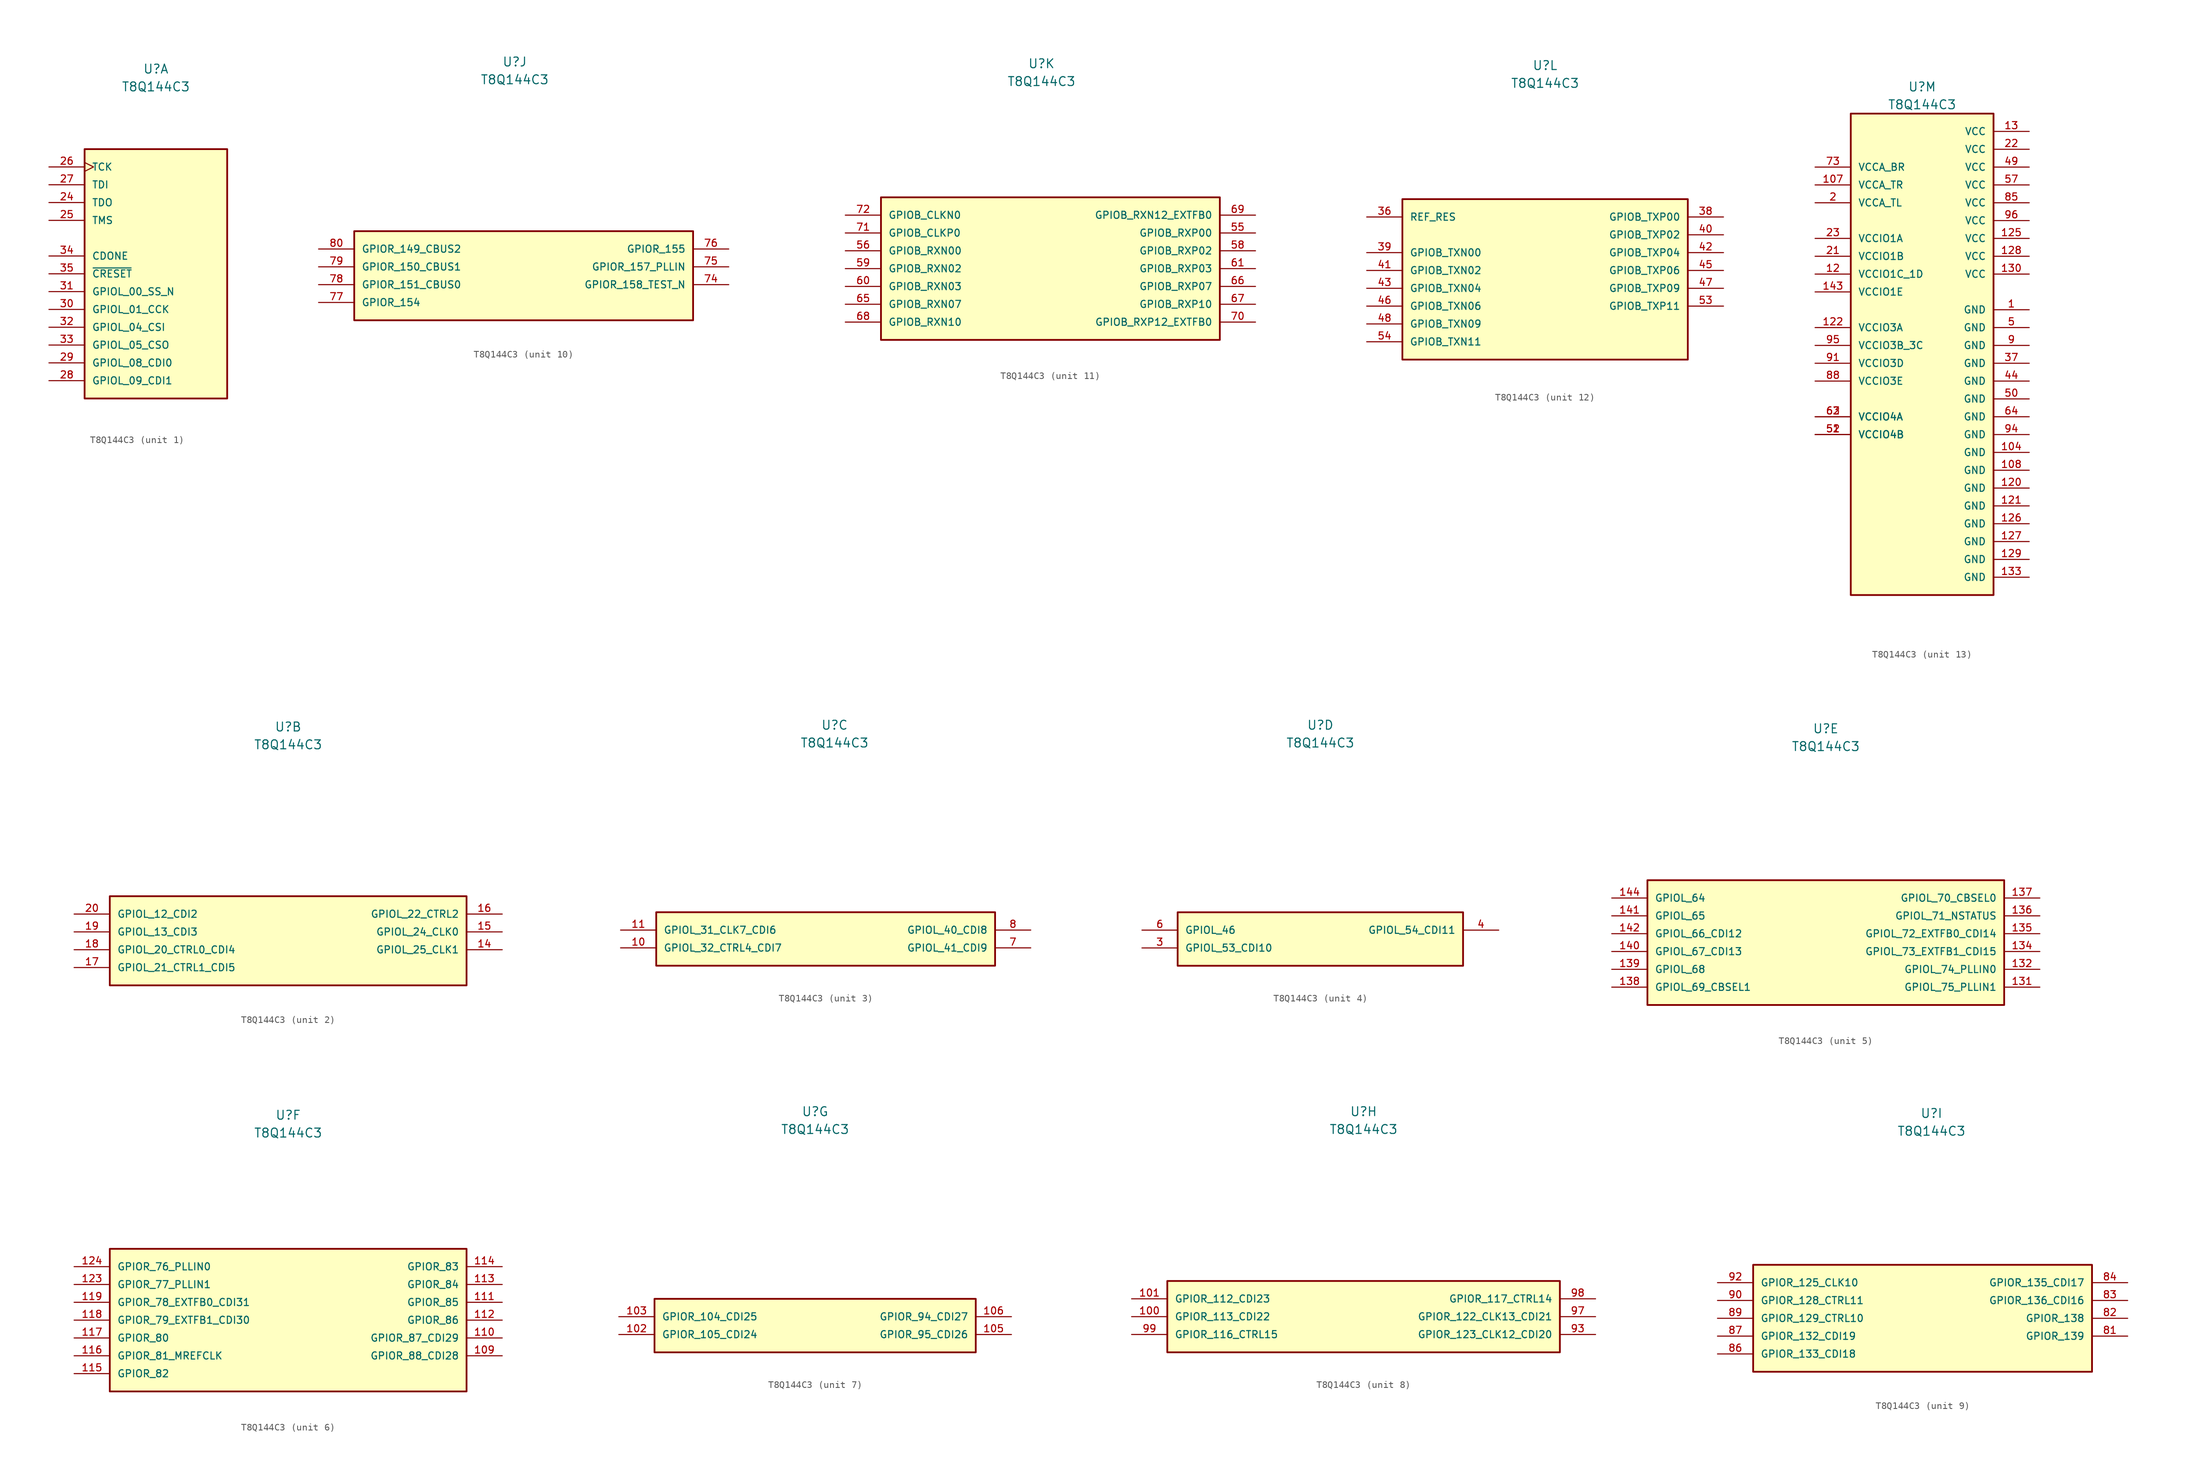
<source format=kicad_sym>
(kicad_symbol_lib
  (version 20231120)
  (generator "kicad_symbol_editor")
  (generator_version "8.0")
  (symbol "T8Q144C3"
    (pin_names
      (offset 1.016))
    (property "Reference" "U"
      (at 0 29.21 0)
      (effects (font (size 1.27 1.27))))
    (property "Value" "T8Q144C3"
      (at 0 26.67 0)
      (effects (font (size 1.27 1.27))))
    (property "ki_locked" ""
      (at 0 0 0)
      (effects (font (size 1.27 1.27))))
    (symbol "T8Q144C3_1_0"
      (rectangle (start -10.16 -17.78) (end 10.16 17.78) (stroke (width 0.254) (type default)) (fill (type background)))
      (pin output line (at -15.24 10.16 0) (length 5.08) (name "TDO" (effects (font (size 1.016 1.016)))) (number "24" (effects (font (size 1.016 1.016)))))
      (pin input line (at -15.24 7.62 0) (length 5.08) (name "TMS" (effects (font (size 1.016 1.016)))) (number "25" (effects (font (size 1.016 1.016)))))
      (pin input clock (at -15.24 15.24 0) (length 5.08) (name "TCK" (effects (font (size 1.016 1.016)))) (number "26" (effects (font (size 1.016 1.016)))))
      (pin input line (at -15.24 12.7 0) (length 5.08) (name "TDI" (effects (font (size 1.016 1.016)))) (number "27" (effects (font (size 1.016 1.016)))))
      (pin bidirectional line (at -15.24 -15.24 0) (length 5.08) (name "GPIOL_09_CDI1" (effects (font (size 1.016 1.016)))) (number "28" (effects (font (size 1.016 1.016)))))
      (pin bidirectional line (at -15.24 -12.7 0) (length 5.08) (name "GPIOL_08_CDI0" (effects (font (size 1.016 1.016)))) (number "29" (effects (font (size 1.016 1.016)))))
      (pin bidirectional line (at -15.24 -5.08 0) (length 5.08) (name "GPIOL_01_CCK" (effects (font (size 1.016 1.016)))) (number "30" (effects (font (size 1.016 1.016)))))
      (pin bidirectional line (at -15.24 -2.54 0) (length 5.08) (name "GPIOL_00_SS_N" (effects (font (size 1.016 1.016)))) (number "31" (effects (font (size 1.016 1.016)))))
      (pin bidirectional line (at -15.24 -7.62 0) (length 5.08) (name "GPIOL_04_CSI" (effects (font (size 1.016 1.016)))) (number "32" (effects (font (size 1.016 1.016)))))
      (pin bidirectional line (at -15.24 -10.16 0) (length 5.08) (name "GPIOL_05_CSO" (effects (font (size 1.016 1.016)))) (number "33" (effects (font (size 1.016 1.016)))))
      (pin bidirectional line (at -15.24 2.54 0) (length 5.08) (name "CDONE" (effects (font (size 1.016 1.016)))) (number "34" (effects (font (size 1.016 1.016)))))
      (pin bidirectional line (at -15.24 0 0) (length 5.08) (name "~{CRESET}" (effects (font (size 1.016 1.016)))) (number "35" (effects (font (size 1.016 1.016))))))
    (symbol "T8Q144C3_2_0"
      (rectangle (start -25.4 -7.62) (end 25.4 5.08) (stroke (width 0.254) (type default)) (fill (type background)))
      (pin bidirectional line (at 30.48 -2.54 180) (length 5.08) (name "GPIOL_25_CLK1" (effects (font (size 1.016 1.016)))) (number "14" (effects (font (size 1.016 1.016)))))
      (pin bidirectional line (at 30.48 0 180) (length 5.08) (name "GPIOL_24_CLK0" (effects (font (size 1.016 1.016)))) (number "15" (effects (font (size 1.016 1.016)))))
      (pin bidirectional line (at 30.48 2.54 180) (length 5.08) (name "GPIOL_22_CTRL2" (effects (font (size 1.016 1.016)))) (number "16" (effects (font (size 1.016 1.016)))))
      (pin bidirectional line (at -30.48 -5.08 0) (length 5.08) (name "GPIOL_21_CTRL1_CDI5" (effects (font (size 1.016 1.016)))) (number "17" (effects (font (size 1.016 1.016)))))
      (pin bidirectional line (at -30.48 -2.54 0) (length 5.08) (name "GPIOL_20_CTRL0_CDI4" (effects (font (size 1.016 1.016)))) (number "18" (effects (font (size 1.016 1.016)))))
      (pin bidirectional line (at -30.48 0 0) (length 5.08) (name "GPIOL_13_CDI3" (effects (font (size 1.016 1.016)))) (number "19" (effects (font (size 1.016 1.016)))))
      (pin bidirectional line (at -30.48 2.54 0) (length 5.08) (name "GPIOL_12_CDI2" (effects (font (size 1.016 1.016)))) (number "20" (effects (font (size 1.016 1.016))))))
    (symbol "T8Q144C3_3_0"
      (rectangle (start -25.4 -5.08) (end 22.86 2.54) (stroke (width 0.254) (type default)) (fill (type background)))
      (pin bidirectional line (at -30.48 -2.54 0) (length 5.08) (name "GPIOL_32_CTRL4_CDI7" (effects (font (size 1.016 1.016)))) (number "10" (effects (font (size 1.016 1.016)))))
      (pin bidirectional line (at -30.48 0 0) (length 5.08) (name "GPIOL_31_CLK7_CDI6" (effects (font (size 1.016 1.016)))) (number "11" (effects (font (size 1.016 1.016)))))
      (pin bidirectional line (at 27.94 -2.54 180) (length 5.08) (name "GPIOL_41_CDI9" (effects (font (size 1.016 1.016)))) (number "7" (effects (font (size 1.016 1.016)))))
      (pin bidirectional line (at 27.94 0 180) (length 5.08) (name "GPIOL_40_CDI8" (effects (font (size 1.016 1.016)))) (number "8" (effects (font (size 1.016 1.016))))))
    (symbol "T8Q144C3_4_0"
      (rectangle (start -20.32 -5.08) (end 20.32 2.54) (stroke (width 0.254) (type default)) (fill (type background)))
      (pin bidirectional line (at -25.4 -2.54 0) (length 5.08) (name "GPIOL_53_CDI10" (effects (font (size 1.016 1.016)))) (number "3" (effects (font (size 1.016 1.016)))))
      (pin bidirectional line (at 25.4 0 180) (length 5.08) (name "GPIOL_54_CDI11" (effects (font (size 1.016 1.016)))) (number "4" (effects (font (size 1.016 1.016)))))
      (pin bidirectional line (at -25.4 0 0) (length 5.08) (name "GPIOL_46" (effects (font (size 1.016 1.016)))) (number "6" (effects (font (size 1.016 1.016))))))
    (symbol "T8Q144C3_5_0"
      (rectangle (start -25.4 -10.16) (end 25.4 7.62) (stroke (width 0.254) (type default)) (fill (type background)))
      (pin bidirectional line (at 30.48 -7.62 180) (length 5.08) (name "GPIOL_75_PLLIN1" (effects (font (size 1.016 1.016)))) (number "131" (effects (font (size 1.016 1.016)))))
      (pin bidirectional line (at 30.48 -5.08 180) (length 5.08) (name "GPIOL_74_PLLIN0" (effects (font (size 1.016 1.016)))) (number "132" (effects (font (size 1.016 1.016)))))
      (pin bidirectional line (at 30.48 -2.54 180) (length 5.08) (name "GPIOL_73_EXTFB1_CDI15" (effects (font (size 1.016 1.016)))) (number "134" (effects (font (size 1.016 1.016)))))
      (pin bidirectional line (at 30.48 0 180) (length 5.08) (name "GPIOL_72_EXTFB0_CDI14" (effects (font (size 1.016 1.016)))) (number "135" (effects (font (size 1.016 1.016)))))
      (pin bidirectional line (at 30.48 2.54 180) (length 5.08) (name "GPIOL_71_NSTATUS" (effects (font (size 1.016 1.016)))) (number "136" (effects (font (size 1.016 1.016)))))
      (pin bidirectional line (at 30.48 5.08 180) (length 5.08) (name "GPIOL_70_CBSEL0" (effects (font (size 1.016 1.016)))) (number "137" (effects (font (size 1.016 1.016)))))
      (pin bidirectional line (at -30.48 -7.62 0) (length 5.08) (name "GPIOL_69_CBSEL1" (effects (font (size 1.016 1.016)))) (number "138" (effects (font (size 1.016 1.016)))))
      (pin bidirectional line (at -30.48 -5.08 0) (length 5.08) (name "GPIOL_68" (effects (font (size 1.016 1.016)))) (number "139" (effects (font (size 1.016 1.016)))))
      (pin bidirectional line (at -30.48 -2.54 0) (length 5.08) (name "GPIOL_67_CDI13" (effects (font (size 1.016 1.016)))) (number "140" (effects (font (size 1.016 1.016)))))
      (pin bidirectional line (at -30.48 2.54 0) (length 5.08) (name "GPIOL_65" (effects (font (size 1.016 1.016)))) (number "141" (effects (font (size 1.016 1.016)))))
      (pin bidirectional line (at -30.48 0 0) (length 5.08) (name "GPIOL_66_CDI12" (effects (font (size 1.016 1.016)))) (number "142" (effects (font (size 1.016 1.016)))))
      (pin bidirectional line (at -30.48 5.08 0) (length 5.08) (name "GPIOL_64" (effects (font (size 1.016 1.016)))) (number "144" (effects (font (size 1.016 1.016))))))
    (symbol "T8Q144C3_6_0"
      (rectangle (start -25.4 -10.16) (end 25.4 10.16) (stroke (width 0.254) (type default)) (fill (type background)))
      (pin bidirectional line (at 30.48 -5.08 180) (length 5.08) (name "GPIOR_88_CDI28" (effects (font (size 1.016 1.016)))) (number "109" (effects (font (size 1.016 1.016)))))
      (pin bidirectional line (at 30.48 -2.54 180) (length 5.08) (name "GPIOR_87_CDI29" (effects (font (size 1.016 1.016)))) (number "110" (effects (font (size 1.016 1.016)))))
      (pin bidirectional line (at 30.48 2.54 180) (length 5.08) (name "GPIOR_85" (effects (font (size 1.016 1.016)))) (number "111" (effects (font (size 1.016 1.016)))))
      (pin bidirectional line (at 30.48 0 180) (length 5.08) (name "GPIOR_86" (effects (font (size 1.016 1.016)))) (number "112" (effects (font (size 1.016 1.016)))))
      (pin bidirectional line (at 30.48 5.08 180) (length 5.08) (name "GPIOR_84" (effects (font (size 1.016 1.016)))) (number "113" (effects (font (size 1.016 1.016)))))
      (pin bidirectional line (at 30.48 7.62 180) (length 5.08) (name "GPIOR_83" (effects (font (size 1.016 1.016)))) (number "114" (effects (font (size 1.016 1.016)))))
      (pin bidirectional line (at -30.48 -7.62 0) (length 5.08) (name "GPIOR_82" (effects (font (size 1.016 1.016)))) (number "115" (effects (font (size 1.016 1.016)))))
      (pin bidirectional line (at -30.48 -5.08 0) (length 5.08) (name "GPIOR_81_MREFCLK" (effects (font (size 1.016 1.016)))) (number "116" (effects (font (size 1.016 1.016)))))
      (pin bidirectional line (at -30.48 -2.54 0) (length 5.08) (name "GPIOR_80" (effects (font (size 1.016 1.016)))) (number "117" (effects (font (size 1.016 1.016)))))
      (pin bidirectional line (at -30.48 0 0) (length 5.08) (name "GPIOR_79_EXTFB1_CDI30" (effects (font (size 1.016 1.016)))) (number "118" (effects (font (size 1.016 1.016)))))
      (pin bidirectional line (at -30.48 2.54 0) (length 5.08) (name "GPIOR_78_EXTFB0_CDI31" (effects (font (size 1.016 1.016)))) (number "119" (effects (font (size 1.016 1.016)))))
      (pin bidirectional line (at -30.48 5.08 0) (length 5.08) (name "GPIOR_77_PLLIN1" (effects (font (size 1.016 1.016)))) (number "123" (effects (font (size 1.016 1.016)))))
      (pin bidirectional line (at -30.48 7.62 0) (length 5.08) (name "GPIOR_76_PLLIN0" (effects (font (size 1.016 1.016)))) (number "124" (effects (font (size 1.016 1.016))))))
    (symbol "T8Q144C3_7_0"
      (rectangle (start -22.86 -5.08) (end 22.86 2.54) (stroke (width 0.254) (type default)) (fill (type background)))
      (pin bidirectional line (at -27.94 -2.54 0) (length 5.08) (name "GPIOR_105_CDI24" (effects (font (size 1.016 1.016)))) (number "102" (effects (font (size 1.016 1.016)))))
      (pin bidirectional line (at -27.94 0 0) (length 5.08) (name "GPIOR_104_CDI25" (effects (font (size 1.016 1.016)))) (number "103" (effects (font (size 1.016 1.016)))))
      (pin bidirectional line (at 27.94 -2.54 180) (length 5.08) (name "GPIOR_95_CDI26" (effects (font (size 1.016 1.016)))) (number "105" (effects (font (size 1.016 1.016)))))
      (pin bidirectional line (at 27.94 0 180) (length 5.08) (name "GPIOR_94_CDI27" (effects (font (size 1.016 1.016)))) (number "106" (effects (font (size 1.016 1.016))))))
    (symbol "T8Q144C3_8_0"
      (rectangle (start -27.94 -5.08) (end 27.94 5.08) (stroke (width 0.254) (type default)) (fill (type background)))
      (pin bidirectional line (at -33.02 0 0) (length 5.08) (name "GPIOR_113_CDI22" (effects (font (size 1.016 1.016)))) (number "100" (effects (font (size 1.016 1.016)))))
      (pin bidirectional line (at -33.02 2.54 0) (length 5.08) (name "GPIOR_112_CDI23" (effects (font (size 1.016 1.016)))) (number "101" (effects (font (size 1.016 1.016)))))
      (pin bidirectional line (at 33.02 -2.54 180) (length 5.08) (name "GPIOR_123_CLK12_CDI20" (effects (font (size 1.016 1.016)))) (number "93" (effects (font (size 1.016 1.016)))))
      (pin bidirectional line (at 33.02 0 180) (length 5.08) (name "GPIOR_122_CLK13_CDI21" (effects (font (size 1.016 1.016)))) (number "97" (effects (font (size 1.016 1.016)))))
      (pin bidirectional line (at 33.02 2.54 180) (length 5.08) (name "GPIOR_117_CTRL14" (effects (font (size 1.016 1.016)))) (number "98" (effects (font (size 1.016 1.016)))))
      (pin bidirectional line (at -33.02 -2.54 0) (length 5.08) (name "GPIOR_116_CTRL15" (effects (font (size 1.016 1.016)))) (number "99" (effects (font (size 1.016 1.016))))))
    (symbol "T8Q144C3_9_0"
      (rectangle (start -25.4 -7.62) (end 22.86 7.62) (stroke (width 0.254) (type default)) (fill (type background)))
      (pin bidirectional line (at 27.94 -2.54 180) (length 5.08) (name "GPIOR_139" (effects (font (size 1.016 1.016)))) (number "81" (effects (font (size 1.016 1.016)))))
      (pin bidirectional line (at 27.94 0 180) (length 5.08) (name "GPIOR_138" (effects (font (size 1.016 1.016)))) (number "82" (effects (font (size 1.016 1.016)))))
      (pin bidirectional line (at 27.94 2.54 180) (length 5.08) (name "GPIOR_136_CDI16" (effects (font (size 1.016 1.016)))) (number "83" (effects (font (size 1.016 1.016)))))
      (pin bidirectional line (at 27.94 5.08 180) (length 5.08) (name "GPIOR_135_CDI17" (effects (font (size 1.016 1.016)))) (number "84" (effects (font (size 1.016 1.016)))))
      (pin bidirectional line (at -30.48 -5.08 0) (length 5.08) (name "GPIOR_133_CDI18" (effects (font (size 1.016 1.016)))) (number "86" (effects (font (size 1.016 1.016)))))
      (pin bidirectional line (at -30.48 -2.54 0) (length 5.08) (name "GPIOR_132_CDI19" (effects (font (size 1.016 1.016)))) (number "87" (effects (font (size 1.016 1.016)))))
      (pin bidirectional line (at -30.48 0 0) (length 5.08) (name "GPIOR_129_CTRL10" (effects (font (size 1.016 1.016)))) (number "89" (effects (font (size 1.016 1.016)))))
      (pin bidirectional line (at -30.48 2.54 0) (length 5.08) (name "GPIOR_128_CTRL11" (effects (font (size 1.016 1.016)))) (number "90" (effects (font (size 1.016 1.016)))))
      (pin bidirectional line (at -30.48 5.08 0) (length 5.08) (name "GPIOR_125_CLK10" (effects (font (size 1.016 1.016)))) (number "92" (effects (font (size 1.016 1.016))))))
    (symbol "T8Q144C3_10_0"
      (rectangle (start -22.86 -7.62) (end 25.4 5.08) (stroke (width 0.254) (type default)) (fill (type background)))
      (pin bidirectional line (at 30.48 -2.54 180) (length 5.08) (name "GPIOR_158_TEST_N" (effects (font (size 1.016 1.016)))) (number "74" (effects (font (size 1.016 1.016)))))
      (pin bidirectional line (at 30.48 0 180) (length 5.08) (name "GPIOR_157_PLLIN" (effects (font (size 1.016 1.016)))) (number "75" (effects (font (size 1.016 1.016)))))
      (pin bidirectional line (at 30.48 2.54 180) (length 5.08) (name "GPIOR_155" (effects (font (size 1.016 1.016)))) (number "76" (effects (font (size 1.016 1.016)))))
      (pin bidirectional line (at -27.94 -5.08 0) (length 5.08) (name "GPIOR_154" (effects (font (size 1.016 1.016)))) (number "77" (effects (font (size 1.016 1.016)))))
      (pin bidirectional line (at -27.94 -2.54 0) (length 5.08) (name "GPIOR_151_CBUS0" (effects (font (size 1.016 1.016)))) (number "78" (effects (font (size 1.016 1.016)))))
      (pin bidirectional line (at -27.94 0 0) (length 5.08) (name "GPIOR_150_CBUS1" (effects (font (size 1.016 1.016)))) (number "79" (effects (font (size 1.016 1.016)))))
      (pin bidirectional line (at -27.94 2.54 0) (length 5.08) (name "GPIOR_149_CBUS2" (effects (font (size 1.016 1.016)))) (number "80" (effects (font (size 1.016 1.016))))))
    (symbol "T8Q144C3_11_0"
      (rectangle (start -22.86 -10.16) (end 25.4 10.16) (stroke (width 0.254) (type default)) (fill (type background)))
      (pin bidirectional line (at 30.48 5.08 180) (length 5.08) (name "GPIOB_RXP00" (effects (font (size 1.016 1.016)))) (number "55" (effects (font (size 1.016 1.016)))))
      (pin bidirectional line (at -27.94 2.54 0) (length 5.08) (name "GPIOB_RXN00" (effects (font (size 1.016 1.016)))) (number "56" (effects (font (size 1.016 1.016)))))
      (pin bidirectional line (at 30.48 2.54 180) (length 5.08) (name "GPIOB_RXP02" (effects (font (size 1.016 1.016)))) (number "58" (effects (font (size 1.016 1.016)))))
      (pin bidirectional line (at -27.94 0 0) (length 5.08) (name "GPIOB_RXN02" (effects (font (size 1.016 1.016)))) (number "59" (effects (font (size 1.016 1.016)))))
      (pin bidirectional line (at -27.94 -2.54 0) (length 5.08) (name "GPIOB_RXN03" (effects (font (size 1.016 1.016)))) (number "60" (effects (font (size 1.016 1.016)))))
      (pin bidirectional line (at 30.48 0 180) (length 5.08) (name "GPIOB_RXP03" (effects (font (size 1.016 1.016)))) (number "61" (effects (font (size 1.016 1.016)))))
      (pin bidirectional line (at -27.94 -5.08 0) (length 5.08) (name "GPIOB_RXN07" (effects (font (size 1.016 1.016)))) (number "65" (effects (font (size 1.016 1.016)))))
      (pin bidirectional line (at 30.48 -2.54 180) (length 5.08) (name "GPIOB_RXP07" (effects (font (size 1.016 1.016)))) (number "66" (effects (font (size 1.016 1.016)))))
      (pin bidirectional line (at 30.48 -5.08 180) (length 5.08) (name "GPIOB_RXP10" (effects (font (size 1.016 1.016)))) (number "67" (effects (font (size 1.016 1.016)))))
      (pin bidirectional line (at -27.94 -7.62 0) (length 5.08) (name "GPIOB_RXN10" (effects (font (size 1.016 1.016)))) (number "68" (effects (font (size 1.016 1.016)))))
      (pin bidirectional line (at 30.48 7.62 180) (length 5.08) (name "GPIOB_RXN12_EXTFB0" (effects (font (size 1.016 1.016)))) (number "69" (effects (font (size 1.016 1.016)))))
      (pin bidirectional line (at 30.48 -7.62 180) (length 5.08) (name "GPIOB_RXP12_EXTFB0" (effects (font (size 1.016 1.016)))) (number "70" (effects (font (size 1.016 1.016)))))
      (pin bidirectional line (at -27.94 5.08 0) (length 5.08) (name "GPIOB_CLKP0" (effects (font (size 1.016 1.016)))) (number "71" (effects (font (size 1.016 1.016)))))
      (pin bidirectional line (at -27.94 7.62 0) (length 5.08) (name "GPIOB_CLKN0" (effects (font (size 1.016 1.016)))) (number "72" (effects (font (size 1.016 1.016))))))
    (symbol "T8Q144C3_12_0"
      (rectangle (start -20.32 -12.7) (end 20.32 10.16) (stroke (width 0.254) (type default)) (fill (type background)))
      (pin input line (at -25.4 7.62 0) (length 5.08) (name "REF_RES" (effects (font (size 1.016 1.016)))) (number "36" (effects (font (size 1.016 1.016)))))
      (pin bidirectional line (at 25.4 7.62 180) (length 5.08) (name "GPIOB_TXP00" (effects (font (size 1.016 1.016)))) (number "38" (effects (font (size 1.016 1.016)))))
      (pin bidirectional line (at -25.4 2.54 0) (length 5.08) (name "GPIOB_TXN00" (effects (font (size 1.016 1.016)))) (number "39" (effects (font (size 1.016 1.016)))))
      (pin bidirectional line (at 25.4 5.08 180) (length 5.08) (name "GPIOB_TXP02" (effects (font (size 1.016 1.016)))) (number "40" (effects (font (size 1.016 1.016)))))
      (pin bidirectional line (at -25.4 0 0) (length 5.08) (name "GPIOB_TXN02" (effects (font (size 1.016 1.016)))) (number "41" (effects (font (size 1.016 1.016)))))
      (pin bidirectional line (at 25.4 2.54 180) (length 5.08) (name "GPIOB_TXP04" (effects (font (size 1.016 1.016)))) (number "42" (effects (font (size 1.016 1.016)))))
      (pin bidirectional line (at -25.4 -2.54 0) (length 5.08) (name "GPIOB_TXN04" (effects (font (size 1.016 1.016)))) (number "43" (effects (font (size 1.016 1.016)))))
      (pin bidirectional line (at 25.4 0 180) (length 5.08) (name "GPIOB_TXP06" (effects (font (size 1.016 1.016)))) (number "45" (effects (font (size 1.016 1.016)))))
      (pin bidirectional line (at -25.4 -5.08 0) (length 5.08) (name "GPIOB_TXN06" (effects (font (size 1.016 1.016)))) (number "46" (effects (font (size 1.016 1.016)))))
      (pin bidirectional line (at 25.4 -2.54 180) (length 5.08) (name "GPIOB_TXP09" (effects (font (size 1.016 1.016)))) (number "47" (effects (font (size 1.016 1.016)))))
      (pin bidirectional line (at -25.4 -7.62 0) (length 5.08) (name "GPIOB_TXN09" (effects (font (size 1.016 1.016)))) (number "48" (effects (font (size 1.016 1.016)))))
      (pin bidirectional line (at 25.4 -5.08 180) (length 5.08) (name "GPIOB_TXP11" (effects (font (size 1.016 1.016)))) (number "53" (effects (font (size 1.016 1.016)))))
      (pin bidirectional line (at -25.4 -10.16 0) (length 5.08) (name "GPIOB_TXN11" (effects (font (size 1.016 1.016)))) (number "54" (effects (font (size 1.016 1.016))))))
    (symbol "T8Q144C3_13_0"
      (rectangle (start -10.16 25.4) (end 10.16 -43.18) (stroke (width 0.254) (type default)) (fill (type background)))
      (pin power_in line (at 15.24 -2.54 180) (length 5.08) (name "GND" (effects (font (size 1.016 1.016)))) (number "1" (effects (font (size 1.016 1.016)))))
      (pin power_in line (at 15.24 -22.86 180) (length 5.08) (name "GND" (effects (font (size 1.016 1.016)))) (number "104" (effects (font (size 1.016 1.016)))))
      (pin power_in line (at -15.24 15.24 0) (length 5.08) (name "VCCA_TR" (effects (font (size 1.016 1.016)))) (number "107" (effects (font (size 1.016 1.016)))))
      (pin power_in line (at 15.24 -25.4 180) (length 5.08) (name "GND" (effects (font (size 1.016 1.016)))) (number "108" (effects (font (size 1.016 1.016)))))
      (pin power_in line (at -15.24 2.54 0) (length 5.08) (name "VCCIO1C_1D" (effects (font (size 1.016 1.016)))) (number "12" (effects (font (size 1.016 1.016)))))
      (pin power_in line (at 15.24 -27.94 180) (length 5.08) (name "GND" (effects (font (size 1.016 1.016)))) (number "120" (effects (font (size 1.016 1.016)))))
      (pin power_in line (at 15.24 -30.48 180) (length 5.08) (name "GND" (effects (font (size 1.016 1.016)))) (number "121" (effects (font (size 1.016 1.016)))))
      (pin power_in line (at -15.24 -5.08 0) (length 5.08) (name "VCCIO3A" (effects (font (size 1.016 1.016)))) (number "122" (effects (font (size 1.016 1.016)))))
      (pin power_in line (at 15.24 7.62 180) (length 5.08) (name "VCC" (effects (font (size 1.016 1.016)))) (number "125" (effects (font (size 1.016 1.016)))))
      (pin power_in line (at 15.24 -33.02 180) (length 5.08) (name "GND" (effects (font (size 1.016 1.016)))) (number "126" (effects (font (size 1.016 1.016)))))
      (pin power_in line (at 15.24 -35.56 180) (length 5.08) (name "GND" (effects (font (size 1.016 1.016)))) (number "127" (effects (font (size 1.016 1.016)))))
      (pin power_in line (at 15.24 5.08 180) (length 5.08) (name "VCC" (effects (font (size 1.016 1.016)))) (number "128" (effects (font (size 1.016 1.016)))))
      (pin power_in line (at 15.24 -38.1 180) (length 5.08) (name "GND" (effects (font (size 1.016 1.016)))) (number "129" (effects (font (size 1.016 1.016)))))
      (pin power_in line (at 15.24 22.86 180) (length 5.08) (name "VCC" (effects (font (size 1.016 1.016)))) (number "13" (effects (font (size 1.016 1.016)))))
      (pin power_in line (at 15.24 2.54 180) (length 5.08) (name "VCC" (effects (font (size 1.016 1.016)))) (number "130" (effects (font (size 1.016 1.016)))))
      (pin power_in line (at 15.24 -40.64 180) (length 5.08) (name "GND" (effects (font (size 1.016 1.016)))) (number "133" (effects (font (size 1.016 1.016)))))
      (pin power_in line (at -15.24 0 0) (length 5.08) (name "VCCIO1E" (effects (font (size 1.016 1.016)))) (number "143" (effects (font (size 1.016 1.016)))))
      (pin power_in line (at -15.24 12.7 0) (length 5.08) (name "VCCA_TL" (effects (font (size 1.016 1.016)))) (number "2" (effects (font (size 1.016 1.016)))))
      (pin power_in line (at -15.24 5.08 0) (length 5.08) (name "VCCIO1B" (effects (font (size 1.016 1.016)))) (number "21" (effects (font (size 1.016 1.016)))))
      (pin power_in line (at 15.24 20.32 180) (length 5.08) (name "VCC" (effects (font (size 1.016 1.016)))) (number "22" (effects (font (size 1.016 1.016)))))
      (pin power_in line (at -15.24 7.62 0) (length 5.08) (name "VCCIO1A" (effects (font (size 1.016 1.016)))) (number "23" (effects (font (size 1.016 1.016)))))
      (pin power_in line (at 15.24 -10.16 180) (length 5.08) (name "GND" (effects (font (size 1.016 1.016)))) (number "37" (effects (font (size 1.016 1.016)))))
      (pin power_in line (at 15.24 -12.7 180) (length 5.08) (name "GND" (effects (font (size 1.016 1.016)))) (number "44" (effects (font (size 1.016 1.016)))))
      (pin power_in line (at 15.24 17.78 180) (length 5.08) (name "VCC" (effects (font (size 1.016 1.016)))) (number "49" (effects (font (size 1.016 1.016)))))
      (pin power_in line (at 15.24 -5.08 180) (length 5.08) (name "GND" (effects (font (size 1.016 1.016)))) (number "5" (effects (font (size 1.016 1.016)))))
      (pin power_in line (at 15.24 -15.24 180) (length 5.08) (name "GND" (effects (font (size 1.016 1.016)))) (number "50" (effects (font (size 1.016 1.016)))))
      (pin power_in line (at -15.24 -20.32 0) (length 5.08) (name "VCCIO4B" (effects (font (size 1.016 1.016)))) (number "51" (effects (font (size 1.016 1.016)))))
      (pin power_in line (at -15.24 -20.32 0) (length 5.08) (name "VCCIO4B" (effects (font (size 1.016 1.016)))) (number "52" (effects (font (size 1.016 1.016)))))
      (pin power_in line (at 15.24 15.24 180) (length 5.08) (name "VCC" (effects (font (size 1.016 1.016)))) (number "57" (effects (font (size 1.016 1.016)))))
      (pin power_in line (at -15.24 -17.78 0) (length 5.08) (name "VCCIO4A" (effects (font (size 1.016 1.016)))) (number "62" (effects (font (size 1.016 1.016)))))
      (pin power_in line (at -15.24 -17.78 0) (length 5.08) (name "VCCIO4A" (effects (font (size 1.016 1.016)))) (number "63" (effects (font (size 1.016 1.016)))))
      (pin power_in line (at 15.24 -17.78 180) (length 5.08) (name "GND" (effects (font (size 1.016 1.016)))) (number "64" (effects (font (size 1.016 1.016)))))
      (pin power_in line (at -15.24 17.78 0) (length 5.08) (name "VCCA_BR" (effects (font (size 1.016 1.016)))) (number "73" (effects (font (size 1.016 1.016)))))
      (pin power_in line (at 15.24 12.7 180) (length 5.08) (name "VCC" (effects (font (size 1.016 1.016)))) (number "85" (effects (font (size 1.016 1.016)))))
      (pin power_in line (at -15.24 -12.7 0) (length 5.08) (name "VCCIO3E" (effects (font (size 1.016 1.016)))) (number "88" (effects (font (size 1.016 1.016)))))
      (pin power_in line (at 15.24 -7.62 180) (length 5.08) (name "GND" (effects (font (size 1.016 1.016)))) (number "9" (effects (font (size 1.016 1.016)))))
      (pin power_in line (at -15.24 -10.16 0) (length 5.08) (name "VCCIO3D" (effects (font (size 1.016 1.016)))) (number "91" (effects (font (size 1.016 1.016)))))
      (pin power_in line (at 15.24 -20.32 180) (length 5.08) (name "GND" (effects (font (size 1.016 1.016)))) (number "94" (effects (font (size 1.016 1.016)))))
      (pin power_in line (at -15.24 -7.62 0) (length 5.08) (name "VCCIO3B_3C" (effects (font (size 1.016 1.016)))) (number "95" (effects (font (size 1.016 1.016)))))
      (pin power_in line (at 15.24 10.16 180) (length 5.08) (name "VCC" (effects (font (size 1.016 1.016)))) (number "96" (effects (font (size 1.016 1.016))))))))
</source>
